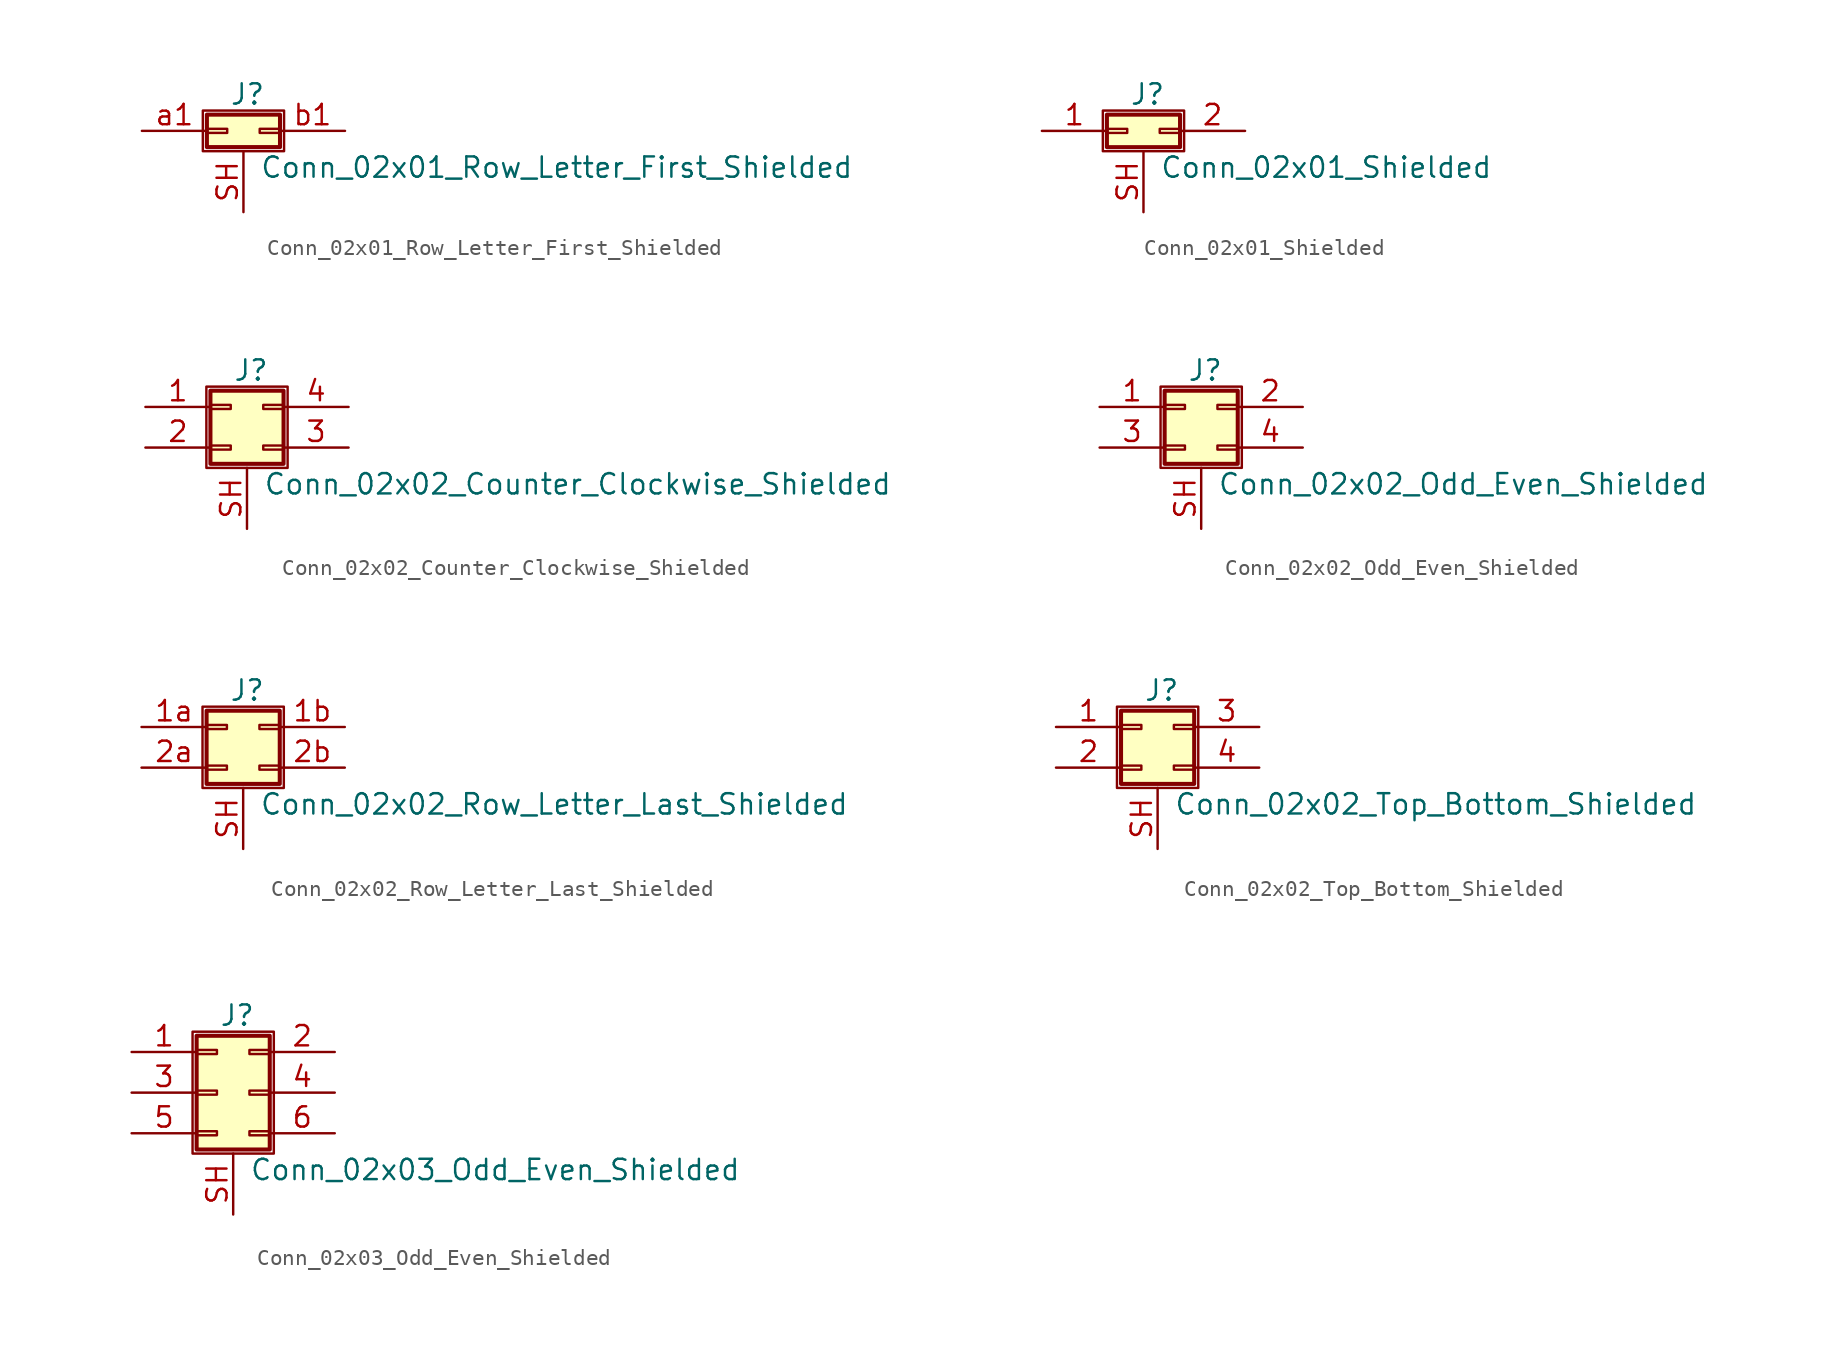
<source format=kicad_sym>
(kicad_symbol_lib
  (version 20201005)
  (generator kicad_symbol_editor)
  (symbol "Connector_Generic_Shielded:Conn_02x01_Row_Letter_First_Shielded"
    (pin_names
      (offset 1.016) hide)
    (property "Reference" "J"
      (at 1.524 2.286 0)
      (effects (font (size 1.27 1.27))))
    (property "Value" "Conn_02x01_Row_Letter_First_Shielded"
      (at 2.286 -2.286 0)
      (effects (font (size 1.27 1.27)) (justify left)))
    (symbol "Conn_02x01_Row_Letter_First_Shielded_1_1"
      (rectangle (start -1.016 1.016) (end 3.556 -1.016) (stroke (width 0.254)) (fill (type background)))
      (rectangle (start -1.016 0.127) (end 0.254 -0.127) (stroke (width 0.152)) (fill (type none)))
      (rectangle (start -1.27 1.27) (end 3.81 -1.27) (stroke (width 0.152)) (fill (type none)))
      (rectangle (start 3.556 0.127) (end 2.286 -0.127) (stroke (width 0.152)) (fill (type none)))
      (pin passive line (at -5.08 0 0) (length 4.064) (name "Pin_a1" (effects (font (size 1.27 1.27)))) (number "a1" (effects (font (size 1.27 1.27)))))
      (pin passive line (at 7.62 0 180) (length 4.064) (name "Pin_b1" (effects (font (size 1.27 1.27)))) (number "b1" (effects (font (size 1.27 1.27)))))
      (pin passive line (at 1.27 -5.08 90) (length 3.81) (name "Shield" (effects (font (size 1.27 1.27)))) (number "SH" (effects (font (size 1.27 1.27)))))))
  (symbol "Connector_Generic_Shielded:Conn_02x01_Shielded"
    (pin_names
      (offset 1.016) hide)
    (property "Reference" "J"
      (at 1.524 2.286 0)
      (effects (font (size 1.27 1.27))))
    (property "Value" "Conn_02x01_Shielded"
      (at 2.286 -2.286 0)
      (effects (font (size 1.27 1.27)) (justify left)))
    (symbol "Conn_02x01_Shielded_1_1"
      (rectangle (start -1.016 1.016) (end 3.556 -1.016) (stroke (width 0.254)) (fill (type background)))
      (rectangle (start -1.016 0.127) (end 0.254 -0.127) (stroke (width 0.152)) (fill (type none)))
      (rectangle (start -1.27 1.27) (end 3.81 -1.27) (stroke (width 0.152)) (fill (type none)))
      (rectangle (start 3.556 0.127) (end 2.286 -0.127) (stroke (width 0.152)) (fill (type none)))
      (pin passive line (at -5.08 0 0) (length 4.064) (name "Pin_1" (effects (font (size 1.27 1.27)))) (number "1" (effects (font (size 1.27 1.27)))))
      (pin passive line (at 7.62 0 180) (length 4.064) (name "Pin_2" (effects (font (size 1.27 1.27)))) (number "2" (effects (font (size 1.27 1.27)))))
      (pin passive line (at 1.27 -5.08 90) (length 3.81) (name "Shield" (effects (font (size 1.27 1.27)))) (number "SH" (effects (font (size 1.27 1.27)))))))
  (symbol "Connector_Generic_Shielded:Conn_02x02_Counter_Clockwise_Shielded"
    (pin_names
      (offset 1.016) hide)
    (property "Reference" "J"
      (at 1.524 2.286 0)
      (effects (font (size 1.27 1.27))))
    (property "Value" "Conn_02x02_Counter_Clockwise_Shielded"
      (at 2.286 -4.826 0)
      (effects (font (size 1.27 1.27)) (justify left)))
    (symbol "Conn_02x02_Counter_Clockwise_Shielded_1_1"
      (rectangle (start -1.016 -2.413) (end 0.254 -2.667) (stroke (width 0.152)) (fill (type none)))
      (rectangle (start -1.016 1.016) (end 3.556 -3.556) (stroke (width 0.254)) (fill (type background)))
      (rectangle (start -1.016 0.127) (end 0.254 -0.127) (stroke (width 0.152)) (fill (type none)))
      (rectangle (start -1.27 1.27) (end 3.81 -3.81) (stroke (width 0.152)) (fill (type none)))
      (rectangle (start 3.556 -2.413) (end 2.286 -2.667) (stroke (width 0.152)) (fill (type none)))
      (rectangle (start 3.556 0.127) (end 2.286 -0.127) (stroke (width 0.152)) (fill (type none)))
      (pin passive line (at -5.08 0 0) (length 4.064) (name "Pin_1" (effects (font (size 1.27 1.27)))) (number "1" (effects (font (size 1.27 1.27)))))
      (pin passive line (at -5.08 -2.54 0) (length 4.064) (name "Pin_2" (effects (font (size 1.27 1.27)))) (number "2" (effects (font (size 1.27 1.27)))))
      (pin passive line (at 7.62 -2.54 180) (length 4.064) (name "Pin_3" (effects (font (size 1.27 1.27)))) (number "3" (effects (font (size 1.27 1.27)))))
      (pin passive line (at 7.62 0 180) (length 4.064) (name "Pin_4" (effects (font (size 1.27 1.27)))) (number "4" (effects (font (size 1.27 1.27)))))
      (pin passive line (at 1.27 -7.62 90) (length 3.81) (name "Shield" (effects (font (size 1.27 1.27)))) (number "SH" (effects (font (size 1.27 1.27)))))))
  (symbol "Connector_Generic_Shielded:Conn_02x02_Odd_Even_Shielded"
    (pin_names
      (offset 1.016) hide)
    (property "Reference" "J"
      (at 1.524 2.286 0)
      (effects (font (size 1.27 1.27))))
    (property "Value" "Conn_02x02_Odd_Even_Shielded"
      (at 2.286 -4.826 0)
      (effects (font (size 1.27 1.27)) (justify left)))
    (symbol "Conn_02x02_Odd_Even_Shielded_1_1"
      (rectangle (start -1.016 -2.413) (end 0.254 -2.667) (stroke (width 0.152)) (fill (type none)))
      (rectangle (start -1.016 1.016) (end 3.556 -3.556) (stroke (width 0.254)) (fill (type background)))
      (rectangle (start -1.016 0.127) (end 0.254 -0.127) (stroke (width 0.152)) (fill (type none)))
      (rectangle (start -1.27 1.27) (end 3.81 -3.81) (stroke (width 0.152)) (fill (type none)))
      (rectangle (start 3.556 -2.413) (end 2.286 -2.667) (stroke (width 0.152)) (fill (type none)))
      (rectangle (start 3.556 0.127) (end 2.286 -0.127) (stroke (width 0.152)) (fill (type none)))
      (pin passive line (at -5.08 0 0) (length 4.064) (name "Pin_1" (effects (font (size 1.27 1.27)))) (number "1" (effects (font (size 1.27 1.27)))))
      (pin passive line (at 7.62 0 180) (length 4.064) (name "Pin_2" (effects (font (size 1.27 1.27)))) (number "2" (effects (font (size 1.27 1.27)))))
      (pin passive line (at -5.08 -2.54 0) (length 4.064) (name "Pin_3" (effects (font (size 1.27 1.27)))) (number "3" (effects (font (size 1.27 1.27)))))
      (pin passive line (at 7.62 -2.54 180) (length 4.064) (name "Pin_4" (effects (font (size 1.27 1.27)))) (number "4" (effects (font (size 1.27 1.27)))))
      (pin passive line (at 1.27 -7.62 90) (length 3.81) (name "Shield" (effects (font (size 1.27 1.27)))) (number "SH" (effects (font (size 1.27 1.27)))))))
  (symbol "Connector_Generic_Shielded:Conn_02x02_Row_Letter_Last_Shielded"
    (pin_names
      (offset 1.016) hide)
    (property "Reference" "J"
      (at 1.524 2.286 0)
      (effects (font (size 1.27 1.27))))
    (property "Value" "Conn_02x02_Row_Letter_Last_Shielded"
      (at 2.286 -4.826 0)
      (effects (font (size 1.27 1.27)) (justify left)))
    (symbol "Conn_02x02_Row_Letter_Last_Shielded_1_1"
      (rectangle (start -1.016 -2.413) (end 0.254 -2.667) (stroke (width 0.152)) (fill (type none)))
      (rectangle (start -1.016 1.016) (end 3.556 -3.556) (stroke (width 0.254)) (fill (type background)))
      (rectangle (start -1.016 0.127) (end 0.254 -0.127) (stroke (width 0.152)) (fill (type none)))
      (rectangle (start -1.27 1.27) (end 3.81 -3.81) (stroke (width 0.152)) (fill (type none)))
      (rectangle (start 3.556 -2.413) (end 2.286 -2.667) (stroke (width 0.152)) (fill (type none)))
      (rectangle (start 3.556 0.127) (end 2.286 -0.127) (stroke (width 0.152)) (fill (type none)))
      (pin passive line (at -5.08 0 0) (length 4.064) (name "Pin_1a" (effects (font (size 1.27 1.27)))) (number "1a" (effects (font (size 1.27 1.27)))))
      (pin passive line (at 7.62 0 180) (length 4.064) (name "Pin_1b" (effects (font (size 1.27 1.27)))) (number "1b" (effects (font (size 1.27 1.27)))))
      (pin passive line (at -5.08 -2.54 0) (length 4.064) (name "Pin_2a" (effects (font (size 1.27 1.27)))) (number "2a" (effects (font (size 1.27 1.27)))))
      (pin passive line (at 7.62 -2.54 180) (length 4.064) (name "Pin_2b" (effects (font (size 1.27 1.27)))) (number "2b" (effects (font (size 1.27 1.27)))))
      (pin passive line (at 1.27 -7.62 90) (length 3.81) (name "Shield" (effects (font (size 1.27 1.27)))) (number "SH" (effects (font (size 1.27 1.27)))))))
  (symbol "Connector_Generic_Shielded:Conn_02x02_Top_Bottom_Shielded"
    (pin_names
      (offset 1.016) hide)
    (property "Reference" "J"
      (at 1.524 2.286 0)
      (effects (font (size 1.27 1.27))))
    (property "Value" "Conn_02x02_Top_Bottom_Shielded"
      (at 2.286 -4.826 0)
      (effects (font (size 1.27 1.27)) (justify left)))
    (symbol "Conn_02x02_Top_Bottom_Shielded_1_1"
      (rectangle (start -1.016 -2.413) (end 0.254 -2.667) (stroke (width 0.152)) (fill (type none)))
      (rectangle (start -1.016 1.016) (end 3.556 -3.556) (stroke (width 0.254)) (fill (type background)))
      (rectangle (start -1.016 0.127) (end 0.254 -0.127) (stroke (width 0.152)) (fill (type none)))
      (rectangle (start -1.27 1.27) (end 3.81 -3.81) (stroke (width 0.152)) (fill (type none)))
      (rectangle (start 3.556 -2.413) (end 2.286 -2.667) (stroke (width 0.152)) (fill (type none)))
      (rectangle (start 3.556 0.127) (end 2.286 -0.127) (stroke (width 0.152)) (fill (type none)))
      (pin passive line (at -5.08 0 0) (length 4.064) (name "Pin_1" (effects (font (size 1.27 1.27)))) (number "1" (effects (font (size 1.27 1.27)))))
      (pin passive line (at -5.08 -2.54 0) (length 4.064) (name "Pin_2" (effects (font (size 1.27 1.27)))) (number "2" (effects (font (size 1.27 1.27)))))
      (pin passive line (at 7.62 0 180) (length 4.064) (name "Pin_3" (effects (font (size 1.27 1.27)))) (number "3" (effects (font (size 1.27 1.27)))))
      (pin passive line (at 7.62 -2.54 180) (length 4.064) (name "Pin_4" (effects (font (size 1.27 1.27)))) (number "4" (effects (font (size 1.27 1.27)))))
      (pin passive line (at 1.27 -7.62 90) (length 3.81) (name "Shield" (effects (font (size 1.27 1.27)))) (number "SH" (effects (font (size 1.27 1.27)))))))
  (symbol "Connector_Generic_Shielded:Conn_02x03_Odd_Even_Shielded"
    (pin_names
      (offset 1.016) hide)
    (property "Reference" "J"
      (at 1.524 4.826 0)
      (effects (font (size 1.27 1.27))))
    (property "Value" "Conn_02x03_Odd_Even_Shielded"
      (at 2.286 -4.826 0)
      (effects (font (size 1.27 1.27)) (justify left)))
    (symbol "Conn_02x03_Odd_Even_Shielded_1_1"
      (rectangle (start -1.016 -2.413) (end 0.254 -2.667) (stroke (width 0.152)) (fill (type none)))
      (rectangle (start -1.016 2.667) (end 0.254 2.413) (stroke (width 0.152)) (fill (type none)))
      (rectangle (start -1.016 3.556) (end 3.556 -3.556) (stroke (width 0.254)) (fill (type background)))
      (rectangle (start -1.016 0.127) (end 0.254 -0.127) (stroke (width 0.152)) (fill (type none)))
      (rectangle (start -1.27 3.81) (end 3.81 -3.81) (stroke (width 0.152)) (fill (type none)))
      (rectangle (start 3.556 -2.413) (end 2.286 -2.667) (stroke (width 0.152)) (fill (type none)))
      (rectangle (start 3.556 2.667) (end 2.286 2.413) (stroke (width 0.152)) (fill (type none)))
      (rectangle (start 3.556 0.127) (end 2.286 -0.127) (stroke (width 0.152)) (fill (type none)))
      (pin passive line (at -5.08 2.54 0) (length 4.064) (name "Pin_1" (effects (font (size 1.27 1.27)))) (number "1" (effects (font (size 1.27 1.27)))))
      (pin passive line (at 7.62 2.54 180) (length 4.064) (name "Pin_2" (effects (font (size 1.27 1.27)))) (number "2" (effects (font (size 1.27 1.27)))))
      (pin passive line (at -5.08 0 0) (length 4.064) (name "Pin_3" (effects (font (size 1.27 1.27)))) (number "3" (effects (font (size 1.27 1.27)))))
      (pin passive line (at 7.62 0 180) (length 4.064) (name "Pin_4" (effects (font (size 1.27 1.27)))) (number "4" (effects (font (size 1.27 1.27)))))
      (pin passive line (at -5.08 -2.54 0) (length 4.064) (name "Pin_5" (effects (font (size 1.27 1.27)))) (number "5" (effects (font (size 1.27 1.27)))))
      (pin passive line (at 7.62 -2.54 180) (length 4.064) (name "Pin_6" (effects (font (size 1.27 1.27)))) (number "6" (effects (font (size 1.27 1.27)))))
      (pin passive line (at 1.27 -7.62 90) (length 3.81) (name "Shield" (effects (font (size 1.27 1.27)))) (number "SH" (effects (font (size 1.27 1.27))))))))
</source>
